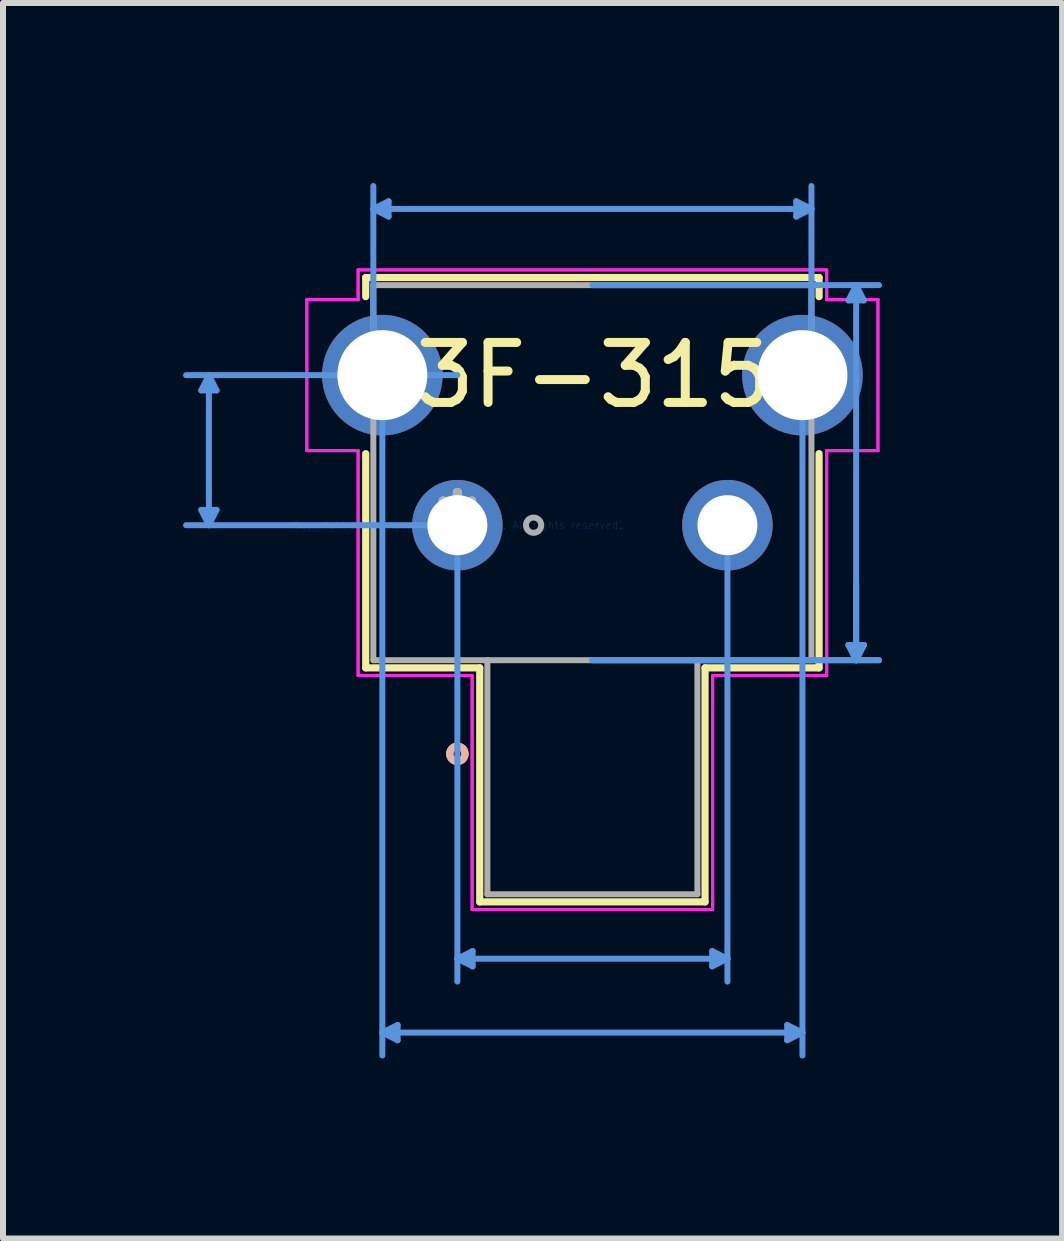
<source format=kicad_pcb>
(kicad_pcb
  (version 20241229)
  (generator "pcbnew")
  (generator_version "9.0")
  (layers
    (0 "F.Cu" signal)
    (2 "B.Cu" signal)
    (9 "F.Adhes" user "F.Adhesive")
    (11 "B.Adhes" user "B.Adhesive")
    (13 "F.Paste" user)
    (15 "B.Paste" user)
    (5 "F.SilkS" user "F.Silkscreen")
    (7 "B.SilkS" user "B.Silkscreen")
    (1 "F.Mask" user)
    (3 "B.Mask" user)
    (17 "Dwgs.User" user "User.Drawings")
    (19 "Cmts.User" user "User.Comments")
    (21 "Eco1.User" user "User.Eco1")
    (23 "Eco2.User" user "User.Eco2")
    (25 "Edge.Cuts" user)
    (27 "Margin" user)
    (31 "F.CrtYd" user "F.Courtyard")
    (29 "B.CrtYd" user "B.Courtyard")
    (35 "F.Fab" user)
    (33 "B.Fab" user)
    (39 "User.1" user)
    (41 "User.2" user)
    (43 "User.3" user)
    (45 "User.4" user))
  (footprint "B3F-3152"
    (layer "F.Cu")
    (at 4.571 5.701)
    (property "Reference" "B3F-3152" (at 2.25 -2.5 0) (layer "F.SilkS") (effects (font (size 1 1) (thickness 0.15))))
    (attr through_hole)
    (fp_line (start -1.527 -4.127) (end 6.027 -4.127) (stroke (width 0.12) (type solid)) (layer "F.SilkS"))
    (fp_line (start -1.527 -3.808) (end -1.527 -4.127) (stroke (width 0.12) (type solid)) (layer "F.SilkS"))
    (fp_line (start -1.527 2.377) (end -1.527 -1.192) (stroke (width 0.12) (type solid)) (layer "F.SilkS"))
    (fp_line (start 0.373 2.377) (end -1.527 2.377) (stroke (width 0.12) (type solid)) (layer "F.SilkS"))
    (fp_line (start 0.373 6.277) (end 0.373 2.377) (stroke (width 0.12) (type solid)) (layer "F.SilkS"))
    (fp_line (start 4.127 2.377) (end 4.127 6.277) (stroke (width 0.12) (type solid)) (layer "F.SilkS"))
    (fp_line (start 4.127 6.277) (end 0.373 6.277) (stroke (width 0.12) (type solid)) (layer "F.SilkS"))
    (fp_line (start 6.027 -4.127) (end 6.027 -3.808) (stroke (width 0.12) (type solid)) (layer "F.SilkS"))
    (fp_line (start 6.027 -1.192) (end 6.027 2.377) (stroke (width 0.12) (type solid)) (layer "F.SilkS"))
    (fp_line (start 6.027 2.377) (end 4.127 2.377) (stroke (width 0.12) (type solid)) (layer "F.SilkS"))
    (fp_circle (center 0 3.81) (end 0.127 3.81) (stroke (width 0.12) (type solid)) (fill no) (layer "F.SilkS"))
    (fp_circle (center 0 3.81) (end 0.127 3.81) (stroke (width 0.12) (type solid)) (fill no) (layer "B.SilkS"))
    (fp_line (start -4.267 -0.254) (end -4.14 0) (stroke (width 0.1) (type solid)) (layer "Cmts.User"))
    (fp_line (start -4.267 -2.246) (end -4.14 -2.5) (stroke (width 0.1) (type solid)) (layer "Cmts.User"))
    (fp_line (start -4.267 -2.246) (end -4.013 -2.246) (stroke (width 0.1) (type solid)) (layer "Cmts.User"))
    (fp_line (start -4.14 0) (end -4.14 -2.5) (stroke (width 0.1) (type solid)) (layer "Cmts.User"))
    (fp_line (start -4.013 -0.254) (end -4.267 -0.254) (stroke (width 0.1) (type solid)) (layer "Cmts.User"))
    (fp_line (start -4.013 -0.254) (end -4.14 0) (stroke (width 0.1) (type solid)) (layer "Cmts.User"))
    (fp_line (start -4.013 -2.246) (end -4.14 -2.5) (stroke (width 0.1) (type solid)) (layer "Cmts.User"))
    (fp_line (start -1.4 -5.27) (end -1.146 -5.397) (stroke (width 0.1) (type solid)) (layer "Cmts.User"))
    (fp_line (start -1.4 -5.27) (end -1.146 -5.143) (stroke (width 0.1) (type solid)) (layer "Cmts.User"))
    (fp_line (start -1.4 -5.27) (end 5.9 -5.27) (stroke (width 0.1) (type solid)) (layer "Cmts.User"))
    (fp_line (start -1.4 -2.5) (end -1.4 -5.651) (stroke (width 0.1) (type solid)) (layer "Cmts.User"))
    (fp_line (start -1.25 -2.5) (end -1.25 8.836) (stroke (width 0.1) (type solid)) (layer "Cmts.User"))
    (fp_line (start -1.146 -5.397) (end -1.146 -5.143) (stroke (width 0.1) (type solid)) (layer "Cmts.User"))
    (fp_line (start -0.996 8.582) (end -1.25 8.455) (stroke (width 0.1) (type solid)) (layer "Cmts.User"))
    (fp_line (start -0.996 8.582) (end -0.996 8.328) (stroke (width 0.1) (type solid)) (layer "Cmts.User"))
    (fp_line (start -0.996 8.328) (end -1.25 8.455) (stroke (width 0.1) (type solid)) (layer "Cmts.User"))
    (fp_line (start -0.000027 7.224) (end 4.5 7.224) (stroke (width 0.1) (type solid)) (layer "Cmts.User"))
    (fp_line (start 0 -2.5) (end -4.521 -2.5) (stroke (width 0.1) (type solid)) (layer "Cmts.User"))
    (fp_line (start 0 0) (end -4.521 0) (stroke (width 0.1) (type solid)) (layer "Cmts.User"))
    (fp_line (start 0 0) (end -0.000028 7.605) (stroke (width 0.1) (type solid)) (layer "Cmts.User"))
    (fp_line (start 0.254 7.097) (end -0.000027 7.224) (stroke (width 0.1) (type solid)) (layer "Cmts.User"))
    (fp_line (start 0.254 7.351) (end -0.000027 7.224) (stroke (width 0.1) (type solid)) (layer "Cmts.User"))
    (fp_line (start 0.254 7.351) (end 0.254 7.097) (stroke (width 0.1) (type solid)) (layer "Cmts.User"))
    (fp_line (start 2.25 -4) (end 7.026 -4) (stroke (width 0.1) (type solid)) (layer "Cmts.User"))
    (fp_line (start 2.25 2.25) (end 7.026 2.25) (stroke (width 0.1) (type solid)) (layer "Cmts.User"))
    (fp_line (start 2.25 2.25) (end 7.026 2.25) (stroke (width 0.1) (type solid)) (layer "Cmts.User"))
    (fp_line (start 4.246 7.097) (end 4.246 7.351) (stroke (width 0.1) (type solid)) (layer "Cmts.User"))
    (fp_line (start 4.246 7.097) (end 4.5 7.224) (stroke (width 0.1) (type solid)) (layer "Cmts.User"))
    (fp_line (start 4.246 7.351) (end 4.5 7.224) (stroke (width 0.1) (type solid)) (layer "Cmts.User"))
    (fp_line (start 4.5 0) (end 4.5 7.605) (stroke (width 0.1) (type solid)) (layer "Cmts.User"))
    (fp_line (start 5.496 8.582) (end 5.75 8.455) (stroke (width 0.1) (type solid)) (layer "Cmts.User"))
    (fp_line (start 5.496 8.328) (end 5.496 8.582) (stroke (width 0.1) (type solid)) (layer "Cmts.User"))
    (fp_line (start 5.496 8.328) (end 5.75 8.455) (stroke (width 0.1) (type solid)) (layer "Cmts.User"))
    (fp_line (start 5.646 -5.397) (end 5.646 -5.143) (stroke (width 0.1) (type solid)) (layer "Cmts.User"))
    (fp_line (start 5.75 8.455) (end -1.25 8.455) (stroke (width 0.1) (type solid)) (layer "Cmts.User"))
    (fp_line (start 5.75 -2.5) (end 5.75 8.836) (stroke (width 0.1) (type solid)) (layer "Cmts.User"))
    (fp_line (start 5.9 -5.27) (end 5.646 -5.397) (stroke (width 0.1) (type solid)) (layer "Cmts.User"))
    (fp_line (start 5.9 -5.27) (end 5.646 -5.143) (stroke (width 0.1) (type solid)) (layer "Cmts.User"))
    (fp_line (start 5.9 -2.5) (end 5.9 -5.651) (stroke (width 0.1) (type solid)) (layer "Cmts.User"))
    (fp_line (start 6.518 -3.746) (end 6.772 -3.746) (stroke (width 0.1) (type solid)) (layer "Cmts.User"))
    (fp_line (start 6.518 1.996) (end 6.772 1.996) (stroke (width 0.1) (type solid)) (layer "Cmts.User"))
    (fp_line (start 6.518 1.996) (end 6.772 1.996) (stroke (width 0.1) (type solid)) (layer "Cmts.User"))
    (fp_line (start 6.645 -4) (end 6.518 -3.746) (stroke (width 0.1) (type solid)) (layer "Cmts.User"))
    (fp_line (start 6.645 -4) (end 6.645 2.25) (stroke (width 0.1) (type solid)) (layer "Cmts.User"))
    (fp_line (start 6.645 -4) (end 6.772 -3.746) (stroke (width 0.1) (type solid)) (layer "Cmts.User"))
    (fp_line (start 6.645 2.25) (end 6.518 1.996) (stroke (width 0.1) (type solid)) (layer "Cmts.User"))
    (fp_line (start 6.645 2.25) (end 6.518 1.996) (stroke (width 0.1) (type solid)) (layer "Cmts.User"))
    (fp_line (start 6.645 2.25) (end 6.645 0.98) (stroke (width 0.1) (type solid)) (layer "Cmts.User"))
    (fp_line (start 6.645 2.25) (end 6.772 1.996) (stroke (width 0.1) (type solid)) (layer "Cmts.User"))
    (fp_line (start 6.645 2.25) (end 6.772 1.996) (stroke (width 0.1) (type solid)) (layer "Cmts.User"))
    (fp_line (start -2.508 -3.758) (end -2.508 -1.242) (stroke (width 0.05) (type solid)) (layer "F.CrtYd"))
    (fp_line (start -2.508 -3.758) (end -2.508 -1.242) (stroke (width 0.05) (type solid)) (layer "F.CrtYd"))
    (fp_line (start -2.508 -1.242) (end -1.654 -1.242) (stroke (width 0.05) (type solid)) (layer "F.CrtYd"))
    (fp_line (start -2.508 -1.242) (end -1.654 -1.242) (stroke (width 0.05) (type solid)) (layer "F.CrtYd"))
    (fp_line (start -1.654 -4.254) (end -1.654 -3.758) (stroke (width 0.05) (type solid)) (layer "F.CrtYd"))
    (fp_line (start -1.654 -4.254) (end -1.654 -3.758) (stroke (width 0.05) (type solid)) (layer "F.CrtYd"))
    (fp_line (start -1.654 -3.758) (end -2.508 -3.758) (stroke (width 0.05) (type solid)) (layer "F.CrtYd"))
    (fp_line (start -1.654 -3.758) (end -2.508 -3.758) (stroke (width 0.05) (type solid)) (layer "F.CrtYd"))
    (fp_line (start -1.654 -1.242) (end -1.654 2.504) (stroke (width 0.05) (type solid)) (layer "F.CrtYd"))
    (fp_line (start -1.654 -1.242) (end -1.654 2.504) (stroke (width 0.05) (type solid)) (layer "F.CrtYd"))
    (fp_line (start -1.654 2.504) (end 0.246 2.504) (stroke (width 0.05) (type solid)) (layer "F.CrtYd"))
    (fp_line (start -1.654 2.504) (end 0.246 2.504) (stroke (width 0.05) (type solid)) (layer "F.CrtYd"))
    (fp_line (start 0.246 2.504) (end 0.246 6.404) (stroke (width 0.05) (type solid)) (layer "F.CrtYd"))
    (fp_line (start 0.246 2.504) (end 0.246 6.404) (stroke (width 0.05) (type solid)) (layer "F.CrtYd"))
    (fp_line (start 0.246 6.404) (end 4.254 6.404) (stroke (width 0.05) (type solid)) (layer "F.CrtYd"))
    (fp_line (start 0.246 6.404) (end 4.254 6.404) (stroke (width 0.05) (type solid)) (layer "F.CrtYd"))
    (fp_line (start 4.254 2.504) (end 6.154 2.504) (stroke (width 0.05) (type solid)) (layer "F.CrtYd"))
    (fp_line (start 4.254 2.504) (end 6.154 2.504) (stroke (width 0.05) (type solid)) (layer "F.CrtYd"))
    (fp_line (start 4.254 6.404) (end 4.254 2.504) (stroke (width 0.05) (type solid)) (layer "F.CrtYd"))
    (fp_line (start 4.254 6.404) (end 4.254 2.504) (stroke (width 0.05) (type solid)) (layer "F.CrtYd"))
    (fp_line (start 6.154 -4.254) (end -1.654 -4.254) (stroke (width 0.05) (type solid)) (layer "F.CrtYd"))
    (fp_line (start 6.154 -4.254) (end -1.654 -4.254) (stroke (width 0.05) (type solid)) (layer "F.CrtYd"))
    (fp_line (start 6.154 -3.758) (end 6.154 -4.254) (stroke (width 0.05) (type solid)) (layer "F.CrtYd"))
    (fp_line (start 6.154 -3.758) (end 6.154 -4.254) (stroke (width 0.05) (type solid)) (layer "F.CrtYd"))
    (fp_line (start 6.154 -1.242) (end 7.008 -1.242) (stroke (width 0.05) (type solid)) (layer "F.CrtYd"))
    (fp_line (start 6.154 -1.242) (end 7.008 -1.242) (stroke (width 0.05) (type solid)) (layer "F.CrtYd"))
    (fp_line (start 6.154 2.504) (end 6.154 -1.242) (stroke (width 0.05) (type solid)) (layer "F.CrtYd"))
    (fp_line (start 6.154 2.504) (end 6.154 -1.242) (stroke (width 0.05) (type solid)) (layer "F.CrtYd"))
    (fp_line (start 7.008 -3.758) (end 6.154 -3.758) (stroke (width 0.05) (type solid)) (layer "F.CrtYd"))
    (fp_line (start 7.008 -3.758) (end 6.154 -3.758) (stroke (width 0.05) (type solid)) (layer "F.CrtYd"))
    (fp_line (start 7.008 -1.242) (end 7.008 -3.758) (stroke (width 0.05) (type solid)) (layer "F.CrtYd"))
    (fp_line (start 7.008 -1.242) (end 7.008 -3.758) (stroke (width 0.05) (type solid)) (layer "F.CrtYd"))
    (fp_line (start -1.4 -4) (end -1.4 2.25) (stroke (width 0.1) (type solid)) (layer "F.Fab"))
    (fp_line (start 0.5 2.25) (end 0.5 6.15) (stroke (width 0.1) (type solid)) (layer "F.Fab"))
    (fp_line (start 0.5 6.15) (end 4 6.15) (stroke (width 0.1) (type solid)) (layer "F.Fab"))
    (fp_line (start 4 6.15) (end 4 2.25) (stroke (width 0.1) (type solid)) (layer "F.Fab"))
    (fp_line (start 5.9 -4) (end -1.4 -4) (stroke (width 0.1) (type solid)) (layer "F.Fab"))
    (fp_line (start 5.9 -4) (end 5.9 2.25) (stroke (width 0.1) (type solid)) (layer "F.Fab"))
    (fp_line (start 5.9 2.25) (end -1.4 2.25) (stroke (width 0.1) (type solid)) (layer "F.Fab"))
    (fp_circle (center 1.27 0) (end 1.397 0) (stroke (width 0.1) (type solid)) (fill no) (layer "F.Fab"))
    (fp_text user "*" (at 0 0 0) (layer "F.SilkS") (effects (font (size 1 1) (thickness 0.15))))
    (fp_text user "Copyright 2021 Accelerated Designs. All rights reserved." (at 0 0 0) (layer "Cmts.User") (effects (font (size 0.127 0.127) (thickness 0.002))))
    (fp_text user "*" (at 0 0 0) (layer "F.Fab") (effects (font (size 1 1) (thickness 0.15))))
    (pad "1" thru_hole circle (at 0 0) (size 1.508 1.508) (drill 1) (layers "*.Cu" "*.Mask"))
    (pad "2" thru_hole circle (at 4.5 0) (size 1.508 1.508) (drill 1) (layers "*.Cu" "*.Mask"))
    (pad "3" thru_hole circle (at -1.25 -2.5) (size 2.008 2.008) (drill 1.5) (layers "*.Cu" "*.Mask"))
    (pad "4" thru_hole circle (at 5.75 -2.5) (size 2.008 2.008) (drill 1.5) (layers "*.Cu" "*.Mask")))
  (gr_rect
    (start -3 -3)
    (end 14.647 17.587)
    (stroke (width 0.1) (type default))
    (fill no)
    (layer "Edge.Cuts")))
</source>
